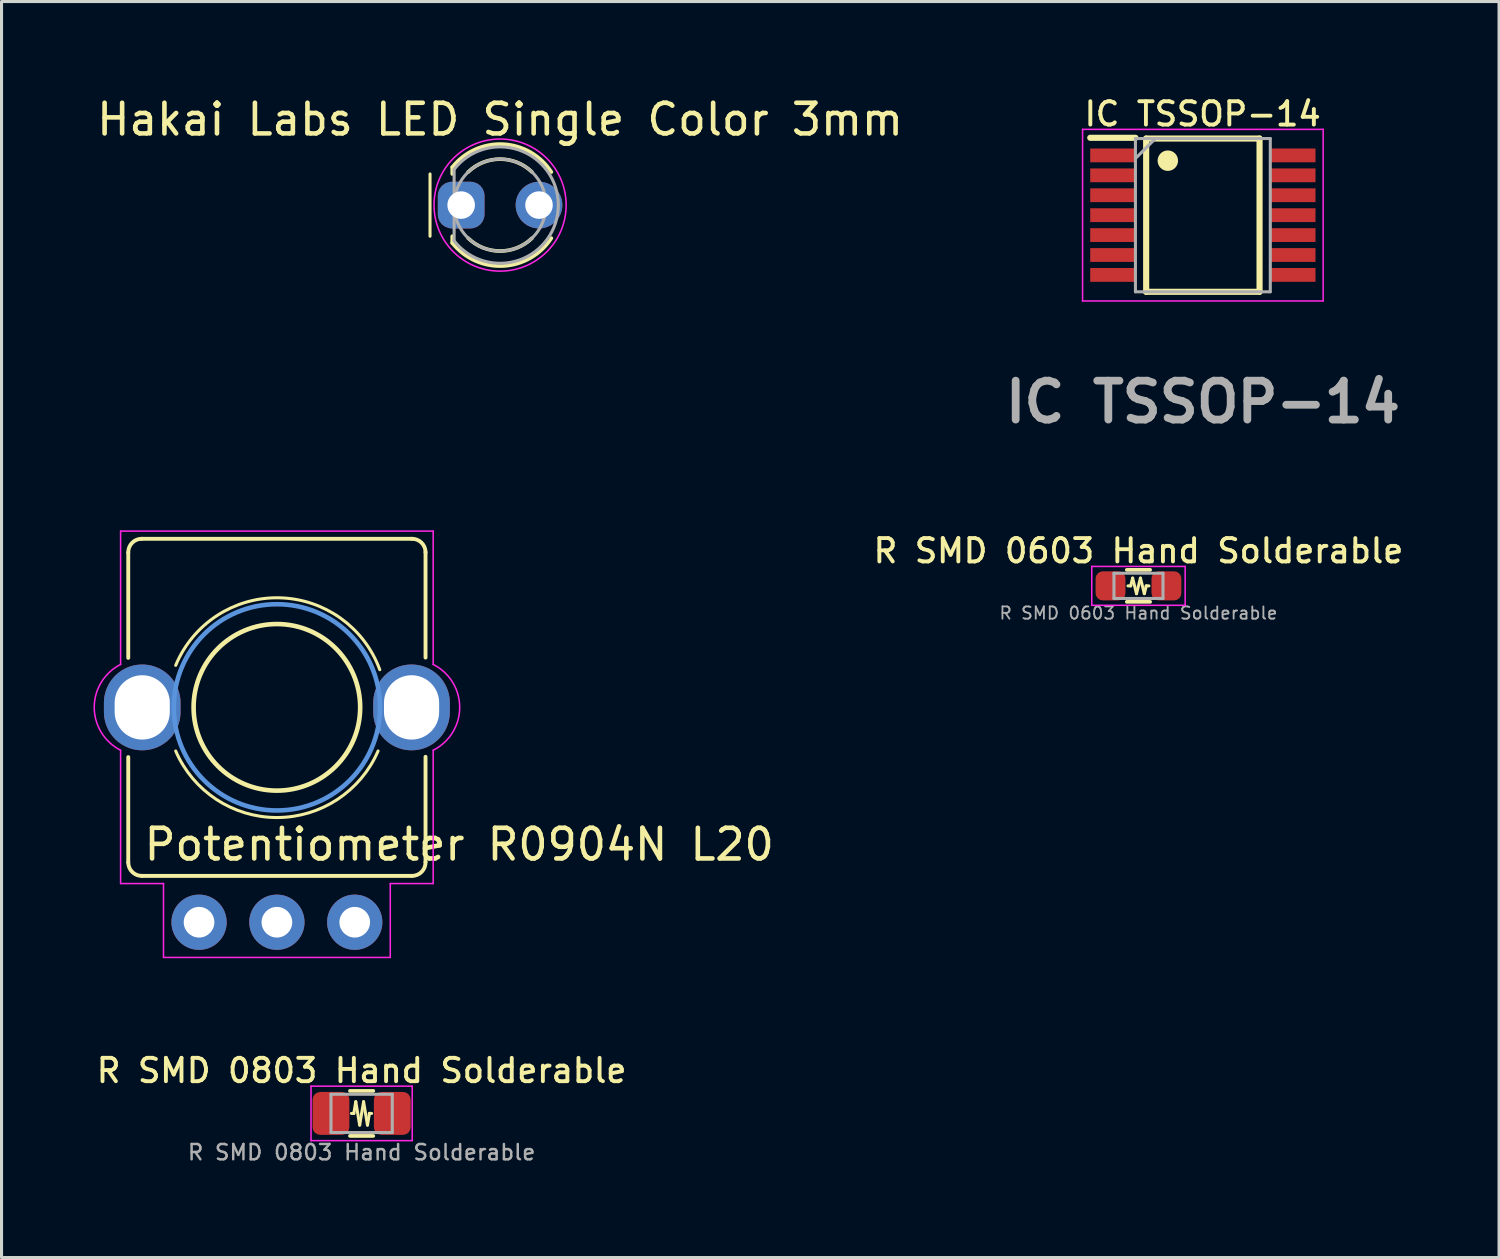
<source format=kicad_pcb>
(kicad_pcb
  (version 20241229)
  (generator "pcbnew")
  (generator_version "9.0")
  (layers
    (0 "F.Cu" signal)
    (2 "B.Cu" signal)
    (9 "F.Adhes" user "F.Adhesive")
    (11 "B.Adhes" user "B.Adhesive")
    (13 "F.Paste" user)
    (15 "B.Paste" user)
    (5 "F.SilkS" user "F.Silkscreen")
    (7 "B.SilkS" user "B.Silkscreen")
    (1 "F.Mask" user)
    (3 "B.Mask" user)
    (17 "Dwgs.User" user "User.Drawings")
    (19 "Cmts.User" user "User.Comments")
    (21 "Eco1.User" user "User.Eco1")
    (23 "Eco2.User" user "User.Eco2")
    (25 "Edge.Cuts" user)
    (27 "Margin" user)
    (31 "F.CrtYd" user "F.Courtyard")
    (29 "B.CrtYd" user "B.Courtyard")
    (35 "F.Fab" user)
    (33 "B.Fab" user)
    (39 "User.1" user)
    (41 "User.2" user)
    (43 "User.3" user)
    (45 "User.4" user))
  (footprint "R SMD 0603 Hand Solderable"
    (layer "F.Cu")
    (at 34.099 16.067)
    (property "Reference" "R SMD 0603 Hand Solderable" (at 0 -1.143 0) (layer "F.SilkS") (effects (font (size 0.762 0.762) (thickness 0.127))))
    (attr smd)
    (fp_line (start -0.381 -0.522) (end 0.381 -0.522) (stroke (width 0.12) (type solid)) (layer "F.SilkS"))
    (fp_line (start -0.381 0.522) (end 0.381 0.522) (stroke (width 0.12) (type solid)) (layer "F.SilkS"))
    (fp_line (start -0.254 0) (end -0.342 0.001) (stroke (width 0.1) (type default)) (layer "F.SilkS"))
    (fp_line (start -0.254 0) (end -0.191 -0.254) (stroke (width 0.1) (type default)) (layer "F.SilkS"))
    (fp_line (start -0.191 -0.254) (end -0.064 0.254) (stroke (width 0.1) (type default)) (layer "F.SilkS"))
    (fp_line (start -0.064 0.254) (end 0.064 -0.254) (stroke (width 0.1) (type default)) (layer "F.SilkS"))
    (fp_line (start 0.064 -0.254) (end 0.191 0.254) (stroke (width 0.1) (type default)) (layer "F.SilkS"))
    (fp_line (start 0.191 0.254) (end 0.254 0) (stroke (width 0.1) (type default)) (layer "F.SilkS"))
    (fp_line (start 0.254 0) (end 0.341 0.001) (stroke (width 0.1) (type default)) (layer "F.SilkS"))
    (fp_line (start -1.524 -0.635) (end 1.524 -0.635) (stroke (width 0.05) (type solid)) (layer "F.CrtYd"))
    (fp_line (start -1.524 0.635) (end -1.524 -0.635) (stroke (width 0.05) (type solid)) (layer "F.CrtYd"))
    (fp_line (start 1.524 -0.635) (end 1.524 0.635) (stroke (width 0.05) (type solid)) (layer "F.CrtYd"))
    (fp_line (start 1.524 0.635) (end -1.524 0.635) (stroke (width 0.05) (type solid)) (layer "F.CrtYd"))
    (fp_line (start -0.8 -0.412) (end 0.8 -0.412) (stroke (width 0.1) (type solid)) (layer "F.Fab"))
    (fp_line (start -0.8 0.412) (end -0.8 -0.412) (stroke (width 0.1) (type solid)) (layer "F.Fab"))
    (fp_line (start 0.8 -0.412) (end 0.8 0.412) (stroke (width 0.1) (type solid)) (layer "F.Fab"))
    (fp_line (start 0.8 0.412) (end -0.8 0.412) (stroke (width 0.1) (type solid)) (layer "F.Fab"))
    (fp_text user "${REFERENCE}" (at 0 0.889 0) (layer "F.Fab") (effects (font (size 0.4 0.4) (thickness 0.06))))
    (pad "1" smd roundrect (at -0.912 0) (size 0.975 0.95) (layers "F.Cu" "F.Mask" "F.Paste") (roundrect_rratio 0.25))
    (pad "2" smd roundrect (at 0.912 0) (size 0.975 0.95) (layers "F.Cu" "F.Mask" "F.Paste") (roundrect_rratio 0.25)))
  (footprint "Hakai Labs LED Single Color 3mm"
    (layer "F.Cu")
    (at 14.538 3.642)
    (property "Reference" "Hakai Labs LED Single Color 3mm" (at -1.27 -2.794 0) (layer "F.SilkS") (effects (font (size 1 1) (thickness 0.15))))
    (attr through_hole)
    (fp_line (start -3.556 -1.016) (end -3.556 1.016) (stroke (width 0.1) (type default)) (layer "F.SilkS"))
    (fp_line (start -2.83 -1.236) (end -2.83 -1.016) (stroke (width 0.12) (type solid)) (layer "F.SilkS"))
    (fp_line (start -2.83 1.016) (end -2.83 1.236) (stroke (width 0.12) (type solid)) (layer "F.SilkS"))
    (fp_arc (start -2.83 -1.235516) (mid -1.173513 -1.987659) (end 0.402335 -1.078608) (stroke (width 0.12) (type solid)) (layer "F.SilkS"))
    (fp_arc (start -2.310961 -1.08) (mid -1.269883 -1.5) (end -0.22887 -1.079837) (stroke (width 0.12) (type solid)) (layer "F.SilkS"))
    (fp_arc (start -0.22887 1.079837) (mid -1.269883 1.5) (end -2.310961 1.08) (stroke (width 0.12) (type solid)) (layer "F.SilkS"))
    (fp_arc (start 0.402335 1.078608) (mid -1.173513 1.987659) (end -2.83 1.235516) (stroke (width 0.12) (type solid)) (layer "F.SilkS"))
    (fp_circle (center -1.27 0) (end 0.254 1.524) (stroke (width 0.05) (type default)) (fill no) (layer "F.CrtYd"))
    (fp_line (start -2.77 -1.166) (end -2.77 1.166) (stroke (width 0.1) (type solid)) (layer "F.Fab"))
    (fp_arc (start -2.77 -1.16619) (mid 0.63 0.000452) (end -2.770555 1.165476) (stroke (width 0.1) (type solid)) (layer "F.Fab"))
    (fp_circle (center -1.27 0) (end 0.23 0) (stroke (width 0.1) (type solid)) (fill no) (layer "F.Fab"))
    (pad "1" thru_hole roundrect (at -2.54 0) (size 1.524 1.524) (drill 0.9) (layers "*.Cu" "*.Mask") (roundrect_rratio 0.3))
    (pad "2" thru_hole circle (at 0 0) (size 1.524 1.524) (drill 0.9) (layers "*.Cu" "*.Mask")))
  (footprint "R SMD 0803 Hand Solderable"
    (layer "F.Cu")
    (at 8.75 33.281)
    (property "Reference" "R SMD 0803 Hand Solderable" (at 0 -1.397 0) (layer "F.SilkS") (effects (font (size 0.762 0.762) (thickness 0.127))))
    (attr smd)
    (fp_line (start -0.381 -0.735) (end 0.381 -0.735) (stroke (width 0.12) (type solid)) (layer "F.SilkS"))
    (fp_line (start -0.381 0.735) (end 0.381 0.735) (stroke (width 0.12) (type solid)) (layer "F.SilkS"))
    (fp_line (start -0.254 0) (end -0.331 0.001) (stroke (width 0.1) (type default)) (layer "F.SilkS"))
    (fp_line (start -0.254 0) (end -0.191 -0.381) (stroke (width 0.1) (type default)) (layer "F.SilkS"))
    (fp_line (start -0.191 -0.381) (end -0.064 0.381) (stroke (width 0.1) (type default)) (layer "F.SilkS"))
    (fp_line (start -0.064 0.381) (end 0.064 -0.381) (stroke (width 0.1) (type default)) (layer "F.SilkS"))
    (fp_line (start 0.064 -0.381) (end 0.191 0.381) (stroke (width 0.1) (type default)) (layer "F.SilkS"))
    (fp_line (start 0.191 0.381) (end 0.254 0) (stroke (width 0.1) (type default)) (layer "F.SilkS"))
    (fp_line (start 0.254 0) (end 0.325 0.001) (stroke (width 0.1) (type default)) (layer "F.SilkS"))
    (fp_line (start -1.651 -0.889) (end 1.651 -0.889) (stroke (width 0.05) (type solid)) (layer "F.CrtYd"))
    (fp_line (start -1.651 0.889) (end -1.651 -0.889) (stroke (width 0.05) (type solid)) (layer "F.CrtYd"))
    (fp_line (start 1.651 -0.889) (end 1.651 0.889) (stroke (width 0.05) (type solid)) (layer "F.CrtYd"))
    (fp_line (start 1.651 0.889) (end -1.651 0.889) (stroke (width 0.05) (type solid)) (layer "F.CrtYd"))
    (fp_line (start -1 -0.625) (end 1 -0.625) (stroke (width 0.1) (type solid)) (layer "F.Fab"))
    (fp_line (start -1 0.625) (end -1 -0.625) (stroke (width 0.1) (type solid)) (layer "F.Fab"))
    (fp_line (start 1 -0.625) (end 1 0.625) (stroke (width 0.1) (type solid)) (layer "F.Fab"))
    (fp_line (start 1 0.625) (end -1 0.625) (stroke (width 0.1) (type solid)) (layer "F.Fab"))
    (fp_text user "${REFERENCE}" (at 0 1.27 0) (layer "F.Fab") (effects (font (size 0.5 0.5) (thickness 0.08))))
    (pad "1" smd roundrect (at -1 0) (size 1.2 1.4) (layers "F.Cu" "F.Mask" "F.Paste") (roundrect_rratio 0.208))
    (pad "2" smd roundrect (at 1 0) (size 1.2 1.4) (layers "F.Cu" "F.Mask" "F.Paste") (roundrect_rratio 0.208)))
  (footprint "IC TSSOP-14"
    (layer "F.Cu")
    (at 36.2 3.971)
    (property "Reference" "IC TSSOP-14" (at -3.937 -3.302 0) (layer "F.SilkS") (effects (font (size 0.762 0.762) (thickness 0.127) (bold yes)) (justify left)))
    (attr smd)
    (fp_line (start -3.675 -2.525) (end -2.2 -2.525) (stroke (width 0.2) (type solid)) (layer "F.SilkS"))
    (fp_line (start -1.85 -2.5) (end 1.85 -2.5) (stroke (width 0.2) (type solid)) (layer "F.SilkS"))
    (fp_line (start -1.85 2.5) (end -1.85 -2.5) (stroke (width 0.2) (type solid)) (layer "F.SilkS"))
    (fp_line (start 1.85 -2.5) (end 1.85 2.5) (stroke (width 0.2) (type solid)) (layer "F.SilkS"))
    (fp_line (start 1.85 2.5) (end -1.85 2.5) (stroke (width 0.2) (type solid)) (layer "F.SilkS"))
    (fp_circle (center -1.143 -1.778) (end -0.859 -1.778) (stroke (width 0.1) (type solid)) (fill yes) (layer "F.SilkS"))
    (fp_line (start -3.925 -2.8) (end 3.925 -2.8) (stroke (width 0.05) (type solid)) (layer "F.CrtYd"))
    (fp_line (start -3.925 2.8) (end -3.925 -2.8) (stroke (width 0.05) (type solid)) (layer "F.CrtYd"))
    (fp_line (start 3.925 -2.8) (end 3.925 2.8) (stroke (width 0.05) (type solid)) (layer "F.CrtYd"))
    (fp_line (start 3.925 2.8) (end -3.925 2.8) (stroke (width 0.05) (type solid)) (layer "F.CrtYd"))
    (fp_line (start -2.2 -2.5) (end 2.2 -2.5) (stroke (width 0.1) (type solid)) (layer "F.Fab"))
    (fp_line (start -2.2 -1.85) (end -1.55 -2.5) (stroke (width 0.1) (type solid)) (layer "F.Fab"))
    (fp_line (start -2.2 2.5) (end -2.2 -2.5) (stroke (width 0.1) (type solid)) (layer "F.Fab"))
    (fp_line (start 2.2 -2.5) (end 2.2 2.5) (stroke (width 0.1) (type solid)) (layer "F.Fab"))
    (fp_line (start 2.2 2.5) (end -2.2 2.5) (stroke (width 0.1) (type solid)) (layer "F.Fab"))
    (fp_text user "${REFERENCE}" (at 0 6.096 0) (layer "F.Fab") (effects (font (size 1.27 1.27) (thickness 0.254))))
    (pad "1" smd rect (at -2.938 -1.95 90) (size 0.45 1.475) (layers "F.Cu" "F.Mask" "F.Paste"))
    (pad "2" smd rect (at -2.938 -1.3 90) (size 0.45 1.475) (layers "F.Cu" "F.Mask" "F.Paste"))
    (pad "3" smd rect (at -2.938 -0.65 90) (size 0.45 1.475) (layers "F.Cu" "F.Mask" "F.Paste"))
    (pad "4" smd rect (at -2.938 0 90) (size 0.45 1.475) (layers "F.Cu" "F.Mask" "F.Paste"))
    (pad "5" smd rect (at -2.938 0.65 90) (size 0.45 1.475) (layers "F.Cu" "F.Mask" "F.Paste"))
    (pad "6" smd rect (at -2.938 1.3 90) (size 0.45 1.475) (layers "F.Cu" "F.Mask" "F.Paste"))
    (pad "7" smd rect (at -2.938 1.95 90) (size 0.45 1.475) (layers "F.Cu" "F.Mask" "F.Paste"))
    (pad "8" smd rect (at 2.938 1.95 90) (size 0.45 1.475) (layers "F.Cu" "F.Mask" "F.Paste"))
    (pad "9" smd rect (at 2.938 1.3 90) (size 0.45 1.475) (layers "F.Cu" "F.Mask" "F.Paste"))
    (pad "10" smd rect (at 2.938 0.65 90) (size 0.45 1.475) (layers "F.Cu" "F.Mask" "F.Paste"))
    (pad "11" smd rect (at 2.938 0 90) (size 0.45 1.475) (layers "F.Cu" "F.Mask" "F.Paste"))
    (pad "12" smd rect (at 2.938 -0.65 90) (size 0.45 1.475) (layers "F.Cu" "F.Mask" "F.Paste"))
    (pad "13" smd rect (at 2.938 -1.3 90) (size 0.45 1.475) (layers "F.Cu" "F.Mask" "F.Paste"))
    (pad "14" smd rect (at 2.938 -1.95 90) (size 0.45 1.475) (layers "F.Cu" "F.Mask" "F.Paste")))
  (footprint "Potentiometer R0904N L20"
    (layer "F.Cu")
    (at 5.985 27.043)
    (property "Reference" "Potentiometer R0904N L20" (at -4.41 -1.952 180) (layer "F.SilkS") (effects (font (size 1 1) (thickness 0.15)) (justify left bottom)))
    (attr through_hole)
    (fp_line (start -4.85 -1.952) (end -4.85 -5.388) (stroke (width 0.127) (type solid)) (layer "F.SilkS"))
    (fp_line (start -4.85 -8.626) (end -4.85 -12.062) (stroke (width 0.127) (type solid)) (layer "F.SilkS"))
    (fp_line (start -4.41 -1.512) (end 4.41 -1.512) (stroke (width 0.127) (type solid)) (layer "F.SilkS"))
    (fp_line (start 4.41 -12.512) (end -4.41 -12.512) (stroke (width 0.127) (type solid)) (layer "F.SilkS"))
    (fp_line (start 4.85 -1.962) (end 4.85 -5.398) (stroke (width 0.127) (type solid)) (layer "F.SilkS"))
    (fp_line (start 4.85 -8.636) (end 4.85 -12.072) (stroke (width 0.127) (type solid)) (layer "F.SilkS"))
    (fp_arc (start -4.849887 -12.062261) (mid -4.724637 -12.379821) (end -4.41 -12.512243) (stroke (width 0.127) (type solid)) (layer "F.SilkS"))
    (fp_arc (start -4.400018 -1.512356) (mid -4.717578 -1.637606) (end -4.85 -1.952243) (stroke (width 0.127) (type solid)) (layer "F.SilkS"))
    (fp_arc (start -3.302 -8.382) (mid 0.075621 -10.586277) (end 3.356983 -8.241106) (stroke (width 0.1) (type default)) (layer "F.SilkS"))
    (fp_arc (start -1.651 -4.853243) (mid 1.651 -9.171243) (end -1.651 -4.853243) (stroke (width 0.15) (type solid)) (layer "F.SilkS"))
    (fp_arc (start 3.302 -5.588) (mid 0 -3.41618) (end -3.302 -5.588) (stroke (width 0.1) (type default)) (layer "F.SilkS"))
    (fp_arc (start 4.400018 -12.51213) (mid 4.717578 -12.38688) (end 4.85 -12.072243) (stroke (width 0.127) (type solid)) (layer "F.SilkS"))
    (fp_arc (start 4.849887 -1.962225) (mid 4.724637 -1.644665) (end 4.41 -1.512243) (stroke (width 0.127) (type solid)) (layer "F.SilkS"))
    (fp_circle (center 0 -7.012) (end 3.365 -7.012) (stroke (width 0.15) (type solid)) (fill no) (layer "Cmts.User"))
    (fp_line (start -5.1 -12.762) (end -5.1 -8.412) (stroke (width 0.05) (type solid)) (layer "F.CrtYd"))
    (fp_line (start -5.1 -5.612) (end -5.1 -1.262) (stroke (width 0.05) (type solid)) (layer "F.CrtYd"))
    (fp_line (start -5.1 -1.262) (end -3.7 -1.262) (stroke (width 0.05) (type solid)) (layer "F.CrtYd"))
    (fp_line (start -3.7 -1.262) (end -3.7 1.148) (stroke (width 0.05) (type solid)) (layer "F.CrtYd"))
    (fp_line (start -3.7 1.148) (end 3.7 1.148) (stroke (width 0.05) (type solid)) (layer "F.CrtYd"))
    (fp_line (start 3.7 -1.262) (end 5.1 -1.262) (stroke (width 0.05) (type solid)) (layer "F.CrtYd"))
    (fp_line (start 3.7 1.148) (end 3.7 -1.262) (stroke (width 0.05) (type solid)) (layer "F.CrtYd"))
    (fp_line (start 5.1 -12.762) (end -5.1 -12.762) (stroke (width 0.05) (type solid)) (layer "F.CrtYd"))
    (fp_line (start 5.1 -8.412) (end 5.1 -12.762) (stroke (width 0.05) (type solid)) (layer "F.CrtYd"))
    (fp_line (start 5.1 -1.262) (end 5.1 -5.612) (stroke (width 0.05) (type solid)) (layer "F.CrtYd"))
    (fp_arc (start -5.104054 -5.614308) (mid -5.959742 -7.014518) (end -5.099999 -8.412242) (stroke (width 0.05) (type solid)) (layer "F.CrtYd"))
    (fp_arc (start 5.099263 -8.412611) (mid 5.965248 -7.012655) (end 5.1 -5.612243) (stroke (width 0.05) (type solid)) (layer "F.CrtYd"))
    (pad "1" thru_hole circle (at -2.54 0 90) (size 1.803 1.803) (drill 1) (layers "*.Cu" "*.Mask"))
    (pad "2" thru_hole circle (at 0.000163 0 90) (size 1.803 1.803) (drill 1) (layers "*.Cu" "*.Mask"))
    (pad "3" thru_hole circle (at 2.54 0 90) (size 1.803 1.803) (drill 1) (layers "*.Cu" "*.Mask"))
    (pad "MP" thru_hole oval (at -4.394 -7.01 180) (size 2.5 2.8) (drill oval 1.8 2.1) (layers "*.Cu" "*.Mask"))
    (pad "MP" thru_hole oval (at 4.394 -7.01 180) (size 2.5 2.8) (drill oval 1.8 2.1) (layers "*.Cu" "*.Mask")))
  (gr_rect
    (start -3 -3)
    (end 45.865 37.984)
    (stroke (width 0.1) (type default))
    (fill no)
    (layer "Edge.Cuts")))
</source>
